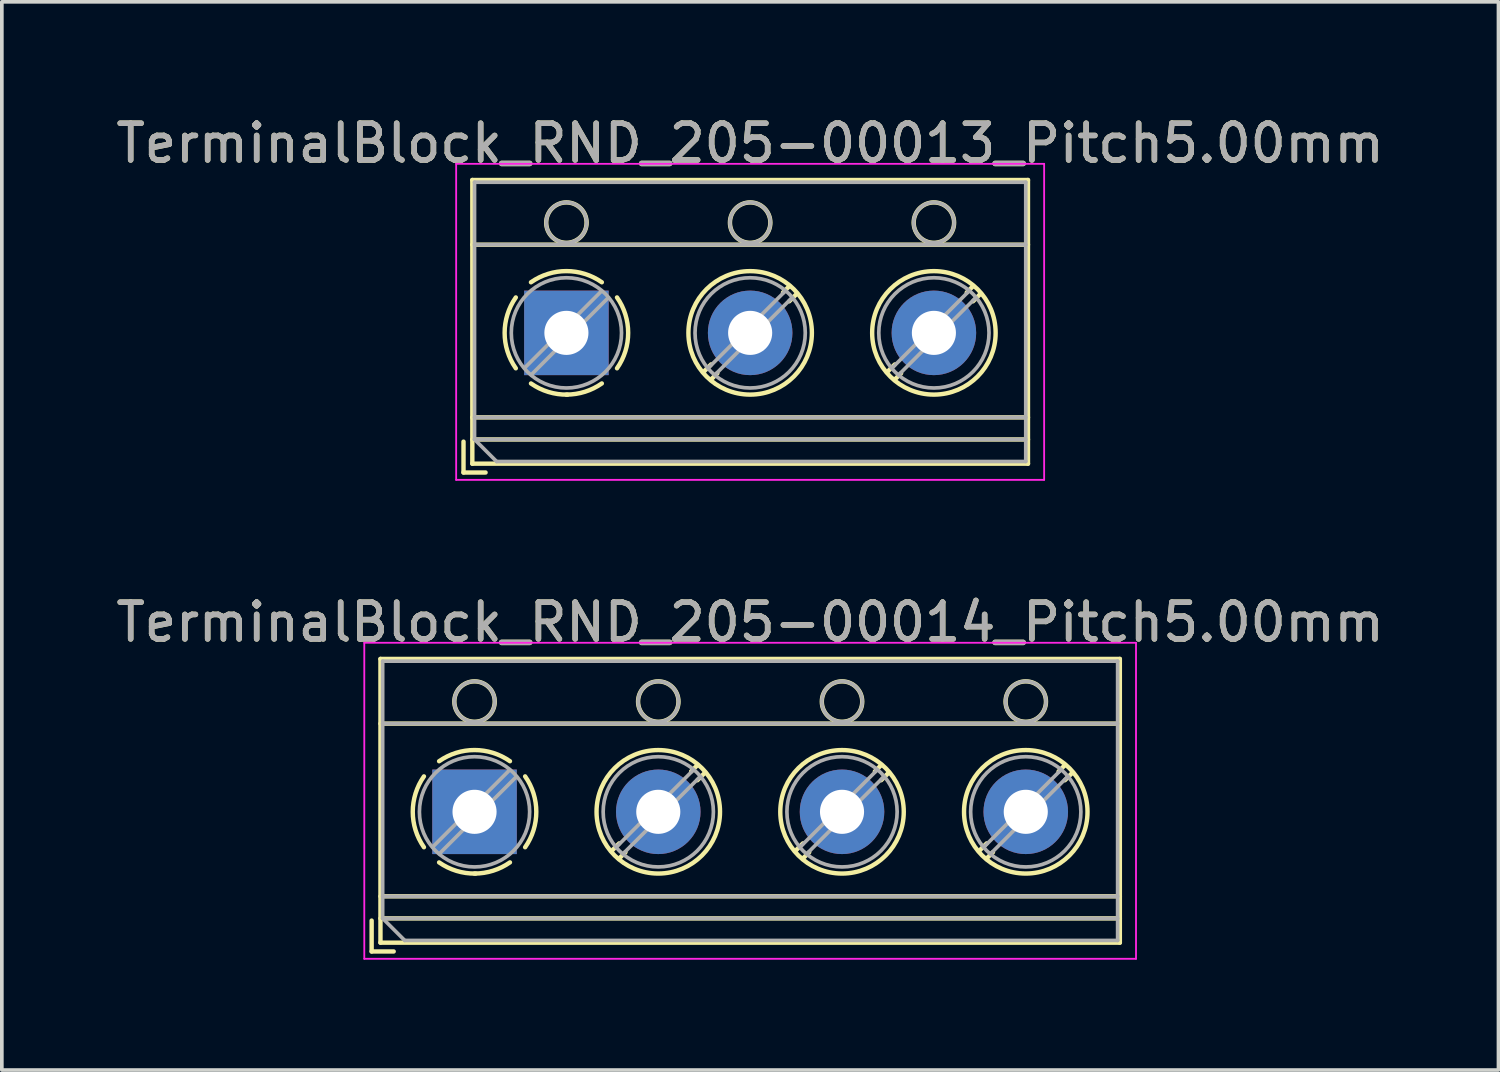
<source format=kicad_pcb>
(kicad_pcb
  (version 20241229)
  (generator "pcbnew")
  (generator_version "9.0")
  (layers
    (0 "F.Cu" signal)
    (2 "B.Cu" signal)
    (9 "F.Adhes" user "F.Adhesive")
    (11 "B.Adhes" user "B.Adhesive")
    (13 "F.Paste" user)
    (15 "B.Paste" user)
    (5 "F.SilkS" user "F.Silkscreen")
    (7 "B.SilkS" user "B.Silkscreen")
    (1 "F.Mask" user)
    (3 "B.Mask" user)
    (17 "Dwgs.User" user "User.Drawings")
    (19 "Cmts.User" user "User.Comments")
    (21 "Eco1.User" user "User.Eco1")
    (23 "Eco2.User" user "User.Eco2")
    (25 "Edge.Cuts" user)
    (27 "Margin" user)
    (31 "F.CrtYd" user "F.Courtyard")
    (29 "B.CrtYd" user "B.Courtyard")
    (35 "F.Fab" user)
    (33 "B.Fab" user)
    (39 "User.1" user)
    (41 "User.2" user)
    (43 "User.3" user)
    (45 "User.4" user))
  (footprint "TerminalBlock_RND_205-00013_Pitch5.00mm"
    (layer "F.Cu")
    (at 12.363 6.008)
    (property "Reference" "TerminalBlock_RND_205-00013_Pitch5.00mm" (at 5 -5.16 0) (layer "F.SilkS") (effects (font (size 1 1) (thickness 0.15))))
    (attr through_hole)
    (fp_line (start -2.8 2.96) (end -2.8 3.8) (stroke (width 0.12) (type solid)) (layer "F.SilkS"))
    (fp_line (start -2.8 3.8) (end -2.2 3.8) (stroke (width 0.12) (type solid)) (layer "F.SilkS"))
    (fp_line (start -2.56 -4.16) (end -2.56 3.56) (stroke (width 0.12) (type solid)) (layer "F.SilkS"))
    (fp_line (start -2.56 -2.4) (end 12.56 -2.4) (stroke (width 0.12) (type solid)) (layer "F.SilkS"))
    (fp_line (start -2.56 2.3) (end 12.56 2.3) (stroke (width 0.12) (type solid)) (layer "F.SilkS"))
    (fp_line (start -2.56 2.9) (end 12.56 2.9) (stroke (width 0.12) (type solid)) (layer "F.SilkS"))
    (fp_line (start -2.56 3.56) (end 12.56 3.56) (stroke (width 0.12) (type solid)) (layer "F.SilkS"))
    (fp_line (start 3.937 0.859) (end 3.726 1.069) (stroke (width 0.12) (type solid)) (layer "F.SilkS"))
    (fp_line (start 4.107 1.099) (end 3.931 1.274) (stroke (width 0.12) (type solid)) (layer "F.SilkS"))
    (fp_line (start 6.07 -1.275) (end 5.894 -1.099) (stroke (width 0.12) (type solid)) (layer "F.SilkS"))
    (fp_line (start 6.275 -1.069) (end 6.064 -0.859) (stroke (width 0.12) (type solid)) (layer "F.SilkS"))
    (fp_line (start 8.937 0.859) (end 8.726 1.069) (stroke (width 0.12) (type solid)) (layer "F.SilkS"))
    (fp_line (start 9.107 1.099) (end 8.931 1.274) (stroke (width 0.12) (type solid)) (layer "F.SilkS"))
    (fp_line (start 11.07 -1.275) (end 10.894 -1.099) (stroke (width 0.12) (type solid)) (layer "F.SilkS"))
    (fp_line (start 11.275 -1.069) (end 11.064 -0.859) (stroke (width 0.12) (type solid)) (layer "F.SilkS"))
    (fp_line (start 12.56 -4.16) (end -2.56 -4.16) (stroke (width 0.12) (type solid)) (layer "F.SilkS"))
    (fp_line (start 12.56 3.56) (end 12.56 -4.16) (stroke (width 0.12) (type solid)) (layer "F.SilkS"))
    (fp_arc (start -1.376825 0.964249) (mid -1.6809 0.000152) (end -1.377 -0.964) (stroke (width 0.12) (type solid)) (layer "F.SilkS"))
    (fp_arc (start -0.964249 -1.376825) (mid -0.000152 -1.6809) (end 0.964 -1.377) (stroke (width 0.12) (type solid)) (layer "F.SilkS"))
    (fp_arc (start 0.029488 1.680641) (mid -0.491302 1.607497) (end -0.964 1.377) (stroke (width 0.12) (type solid)) (layer "F.SilkS"))
    (fp_arc (start 0.963608 1.376175) (mid 0.505186 1.602244) (end 0 1.68) (stroke (width 0.12) (type solid)) (layer "F.SilkS"))
    (fp_arc (start 1.376825 -0.964249) (mid 1.6809 -0.000152) (end 1.377 0.964) (stroke (width 0.12) (type solid)) (layer "F.SilkS"))
    (fp_circle (center 0 -3) (end 0.55 -3) (stroke (width 0.12) (type solid)) (fill no) (layer "F.SilkS"))
    (fp_circle (center 5 -3) (end 5.55 -3) (stroke (width 0.12) (type solid)) (fill no) (layer "F.SilkS"))
    (fp_circle (center 5 0) (end 6.68 0) (stroke (width 0.12) (type solid)) (fill no) (layer "F.SilkS"))
    (fp_circle (center 10 -3) (end 10.55 -3) (stroke (width 0.12) (type solid)) (fill no) (layer "F.SilkS"))
    (fp_circle (center 10 0) (end 11.68 0) (stroke (width 0.12) (type solid)) (fill no) (layer "F.SilkS"))
    (fp_line (start -3 -4.6) (end -3 4) (stroke (width 0.05) (type solid)) (layer "F.CrtYd"))
    (fp_line (start -3 4) (end 13 4) (stroke (width 0.05) (type solid)) (layer "F.CrtYd"))
    (fp_line (start 13 -4.6) (end -3 -4.6) (stroke (width 0.05) (type solid)) (layer "F.CrtYd"))
    (fp_line (start 13 4) (end 13 -4.6) (stroke (width 0.05) (type solid)) (layer "F.CrtYd"))
    (fp_line (start -2.5 -4.1) (end 12.5 -4.1) (stroke (width 0.1) (type solid)) (layer "F.Fab"))
    (fp_line (start -2.5 -2.4) (end 12.5 -2.4) (stroke (width 0.1) (type solid)) (layer "F.Fab"))
    (fp_line (start -2.5 2.3) (end 12.5 2.3) (stroke (width 0.1) (type solid)) (layer "F.Fab"))
    (fp_line (start -2.5 2.9) (end -2.5 -4.1) (stroke (width 0.1) (type solid)) (layer "F.Fab"))
    (fp_line (start -2.5 2.9) (end 12.5 2.9) (stroke (width 0.1) (type solid)) (layer "F.Fab"))
    (fp_line (start -1.9 3.5) (end -2.5 2.9) (stroke (width 0.1) (type solid)) (layer "F.Fab"))
    (fp_line (start 0.955 -1.138) (end -1.138 0.955) (stroke (width 0.1) (type solid)) (layer "F.Fab"))
    (fp_line (start 1.138 -0.955) (end -0.955 1.138) (stroke (width 0.1) (type solid)) (layer "F.Fab"))
    (fp_line (start 5.955 -1.138) (end 3.863 0.955) (stroke (width 0.1) (type solid)) (layer "F.Fab"))
    (fp_line (start 6.138 -0.955) (end 4.046 1.138) (stroke (width 0.1) (type solid)) (layer "F.Fab"))
    (fp_line (start 10.955 -1.138) (end 8.863 0.955) (stroke (width 0.1) (type solid)) (layer "F.Fab"))
    (fp_line (start 11.138 -0.955) (end 9.046 1.138) (stroke (width 0.1) (type solid)) (layer "F.Fab"))
    (fp_line (start 12.5 -4.1) (end 12.5 3.5) (stroke (width 0.1) (type solid)) (layer "F.Fab"))
    (fp_line (start 12.5 3.5) (end -1.9 3.5) (stroke (width 0.1) (type solid)) (layer "F.Fab"))
    (fp_circle (center 0 -3) (end 0.55 -3) (stroke (width 0.1) (type solid)) (fill no) (layer "F.Fab"))
    (fp_circle (center 0 0) (end 1.5 0) (stroke (width 0.1) (type solid)) (fill no) (layer "F.Fab"))
    (fp_circle (center 5 -3) (end 5.55 -3) (stroke (width 0.1) (type solid)) (fill no) (layer "F.Fab"))
    (fp_circle (center 5 0) (end 6.5 0) (stroke (width 0.1) (type solid)) (fill no) (layer "F.Fab"))
    (fp_circle (center 10 -3) (end 10.55 -3) (stroke (width 0.1) (type solid)) (fill no) (layer "F.Fab"))
    (fp_circle (center 10 0) (end 11.5 0) (stroke (width 0.1) (type solid)) (fill no) (layer "F.Fab"))
    (fp_text user "${REFERENCE}" (at 5 -5.16 0) (layer "F.Fab") (effects (font (size 1 1) (thickness 0.15))))
    (pad "1" thru_hole rect (at 0 0) (size 2.3 2.3) (drill 1.2) (layers "*.Cu" "*.Mask"))
    (pad "2" thru_hole oval (at 5 0) (size 2.3 2.3) (drill 1.2) (layers "*.Cu" "*.Mask"))
    (pad "3" thru_hole oval (at 10 0) (size 2.3 2.3) (drill 1.2) (layers "*.Cu" "*.Mask")))
  (footprint "TerminalBlock_RND_205-00014_Pitch5.00mm"
    (layer "F.Cu")
    (at 9.863 19.041)
    (property "Reference" "TerminalBlock_RND_205-00014_Pitch5.00mm" (at 7.5 -5.16 0) (layer "F.SilkS") (effects (font (size 1 1) (thickness 0.15))))
    (attr through_hole)
    (fp_line (start -2.8 2.96) (end -2.8 3.8) (stroke (width 0.12) (type solid)) (layer "F.SilkS"))
    (fp_line (start -2.8 3.8) (end -2.2 3.8) (stroke (width 0.12) (type solid)) (layer "F.SilkS"))
    (fp_line (start -2.56 -4.16) (end -2.56 3.56) (stroke (width 0.12) (type solid)) (layer "F.SilkS"))
    (fp_line (start -2.56 -2.4) (end 17.56 -2.4) (stroke (width 0.12) (type solid)) (layer "F.SilkS"))
    (fp_line (start -2.56 2.3) (end 17.56 2.3) (stroke (width 0.12) (type solid)) (layer "F.SilkS"))
    (fp_line (start -2.56 2.9) (end 17.56 2.9) (stroke (width 0.12) (type solid)) (layer "F.SilkS"))
    (fp_line (start -2.56 3.56) (end 17.56 3.56) (stroke (width 0.12) (type solid)) (layer "F.SilkS"))
    (fp_line (start 3.937 0.859) (end 3.726 1.069) (stroke (width 0.12) (type solid)) (layer "F.SilkS"))
    (fp_line (start 4.107 1.099) (end 3.931 1.274) (stroke (width 0.12) (type solid)) (layer "F.SilkS"))
    (fp_line (start 6.07 -1.275) (end 5.894 -1.099) (stroke (width 0.12) (type solid)) (layer "F.SilkS"))
    (fp_line (start 6.275 -1.069) (end 6.064 -0.859) (stroke (width 0.12) (type solid)) (layer "F.SilkS"))
    (fp_line (start 8.937 0.859) (end 8.726 1.069) (stroke (width 0.12) (type solid)) (layer "F.SilkS"))
    (fp_line (start 9.107 1.099) (end 8.931 1.274) (stroke (width 0.12) (type solid)) (layer "F.SilkS"))
    (fp_line (start 11.07 -1.275) (end 10.894 -1.099) (stroke (width 0.12) (type solid)) (layer "F.SilkS"))
    (fp_line (start 11.275 -1.069) (end 11.064 -0.859) (stroke (width 0.12) (type solid)) (layer "F.SilkS"))
    (fp_line (start 13.937 0.859) (end 13.726 1.069) (stroke (width 0.12) (type solid)) (layer "F.SilkS"))
    (fp_line (start 14.107 1.099) (end 13.931 1.274) (stroke (width 0.12) (type solid)) (layer "F.SilkS"))
    (fp_line (start 16.07 -1.275) (end 15.894 -1.099) (stroke (width 0.12) (type solid)) (layer "F.SilkS"))
    (fp_line (start 16.275 -1.069) (end 16.064 -0.859) (stroke (width 0.12) (type solid)) (layer "F.SilkS"))
    (fp_line (start 17.56 -4.16) (end -2.56 -4.16) (stroke (width 0.12) (type solid)) (layer "F.SilkS"))
    (fp_line (start 17.56 3.56) (end 17.56 -4.16) (stroke (width 0.12) (type solid)) (layer "F.SilkS"))
    (fp_arc (start -1.376825 0.964249) (mid -1.6809 0.000152) (end -1.377 -0.964) (stroke (width 0.12) (type solid)) (layer "F.SilkS"))
    (fp_arc (start -0.964249 -1.376825) (mid -0.000152 -1.6809) (end 0.964 -1.377) (stroke (width 0.12) (type solid)) (layer "F.SilkS"))
    (fp_arc (start 0.029488 1.680641) (mid -0.491302 1.607497) (end -0.964 1.377) (stroke (width 0.12) (type solid)) (layer "F.SilkS"))
    (fp_arc (start 0.963608 1.376175) (mid 0.505186 1.602244) (end 0 1.68) (stroke (width 0.12) (type solid)) (layer "F.SilkS"))
    (fp_arc (start 1.376825 -0.964249) (mid 1.6809 -0.000152) (end 1.377 0.964) (stroke (width 0.12) (type solid)) (layer "F.SilkS"))
    (fp_circle (center 0 -3) (end 0.55 -3) (stroke (width 0.12) (type solid)) (fill no) (layer "F.SilkS"))
    (fp_circle (center 5 -3) (end 5.55 -3) (stroke (width 0.12) (type solid)) (fill no) (layer "F.SilkS"))
    (fp_circle (center 5 0) (end 6.68 0) (stroke (width 0.12) (type solid)) (fill no) (layer "F.SilkS"))
    (fp_circle (center 10 -3) (end 10.55 -3) (stroke (width 0.12) (type solid)) (fill no) (layer "F.SilkS"))
    (fp_circle (center 10 0) (end 11.68 0) (stroke (width 0.12) (type solid)) (fill no) (layer "F.SilkS"))
    (fp_circle (center 15 -3) (end 15.55 -3) (stroke (width 0.12) (type solid)) (fill no) (layer "F.SilkS"))
    (fp_circle (center 15 0) (end 16.68 0) (stroke (width 0.12) (type solid)) (fill no) (layer "F.SilkS"))
    (fp_line (start -3 -4.6) (end -3 4) (stroke (width 0.05) (type solid)) (layer "F.CrtYd"))
    (fp_line (start -3 4) (end 18 4) (stroke (width 0.05) (type solid)) (layer "F.CrtYd"))
    (fp_line (start 18 -4.6) (end -3 -4.6) (stroke (width 0.05) (type solid)) (layer "F.CrtYd"))
    (fp_line (start 18 4) (end 18 -4.6) (stroke (width 0.05) (type solid)) (layer "F.CrtYd"))
    (fp_line (start -2.5 -4.1) (end 17.5 -4.1) (stroke (width 0.1) (type solid)) (layer "F.Fab"))
    (fp_line (start -2.5 -2.4) (end 17.5 -2.4) (stroke (width 0.1) (type solid)) (layer "F.Fab"))
    (fp_line (start -2.5 2.3) (end 17.5 2.3) (stroke (width 0.1) (type solid)) (layer "F.Fab"))
    (fp_line (start -2.5 2.9) (end -2.5 -4.1) (stroke (width 0.1) (type solid)) (layer "F.Fab"))
    (fp_line (start -2.5 2.9) (end 17.5 2.9) (stroke (width 0.1) (type solid)) (layer "F.Fab"))
    (fp_line (start -1.9 3.5) (end -2.5 2.9) (stroke (width 0.1) (type solid)) (layer "F.Fab"))
    (fp_line (start 0.955 -1.138) (end -1.138 0.955) (stroke (width 0.1) (type solid)) (layer "F.Fab"))
    (fp_line (start 1.138 -0.955) (end -0.955 1.138) (stroke (width 0.1) (type solid)) (layer "F.Fab"))
    (fp_line (start 5.955 -1.138) (end 3.863 0.955) (stroke (width 0.1) (type solid)) (layer "F.Fab"))
    (fp_line (start 6.138 -0.955) (end 4.046 1.138) (stroke (width 0.1) (type solid)) (layer "F.Fab"))
    (fp_line (start 10.955 -1.138) (end 8.863 0.955) (stroke (width 0.1) (type solid)) (layer "F.Fab"))
    (fp_line (start 11.138 -0.955) (end 9.046 1.138) (stroke (width 0.1) (type solid)) (layer "F.Fab"))
    (fp_line (start 15.955 -1.138) (end 13.863 0.955) (stroke (width 0.1) (type solid)) (layer "F.Fab"))
    (fp_line (start 16.138 -0.955) (end 14.046 1.138) (stroke (width 0.1) (type solid)) (layer "F.Fab"))
    (fp_line (start 17.5 -4.1) (end 17.5 3.5) (stroke (width 0.1) (type solid)) (layer "F.Fab"))
    (fp_line (start 17.5 3.5) (end -1.9 3.5) (stroke (width 0.1) (type solid)) (layer "F.Fab"))
    (fp_circle (center 0 -3) (end 0.55 -3) (stroke (width 0.1) (type solid)) (fill no) (layer "F.Fab"))
    (fp_circle (center 0 0) (end 1.5 0) (stroke (width 0.1) (type solid)) (fill no) (layer "F.Fab"))
    (fp_circle (center 5 -3) (end 5.55 -3) (stroke (width 0.1) (type solid)) (fill no) (layer "F.Fab"))
    (fp_circle (center 5 0) (end 6.5 0) (stroke (width 0.1) (type solid)) (fill no) (layer "F.Fab"))
    (fp_circle (center 10 -3) (end 10.55 -3) (stroke (width 0.1) (type solid)) (fill no) (layer "F.Fab"))
    (fp_circle (center 10 0) (end 11.5 0) (stroke (width 0.1) (type solid)) (fill no) (layer "F.Fab"))
    (fp_circle (center 15 -3) (end 15.55 -3) (stroke (width 0.1) (type solid)) (fill no) (layer "F.Fab"))
    (fp_circle (center 15 0) (end 16.5 0) (stroke (width 0.1) (type solid)) (fill no) (layer "F.Fab"))
    (fp_text user "${REFERENCE}" (at 7.5 -5.16 0) (layer "F.Fab") (effects (font (size 1 1) (thickness 0.15))))
    (pad "1" thru_hole rect (at 0 0) (size 2.3 2.3) (drill 1.2) (layers "*.Cu" "*.Mask"))
    (pad "2" thru_hole oval (at 5 0) (size 2.3 2.3) (drill 1.2) (layers "*.Cu" "*.Mask"))
    (pad "3" thru_hole oval (at 10 0) (size 2.3 2.3) (drill 1.2) (layers "*.Cu" "*.Mask"))
    (pad "4" thru_hole oval (at 15 0) (size 2.3 2.3) (drill 1.2) (layers "*.Cu" "*.Mask")))
  (gr_rect
    (start -3 -3)
    (end 37.726 26.067)
    (stroke (width 0.1) (type default))
    (fill no)
    (layer "Edge.Cuts")))
</source>
